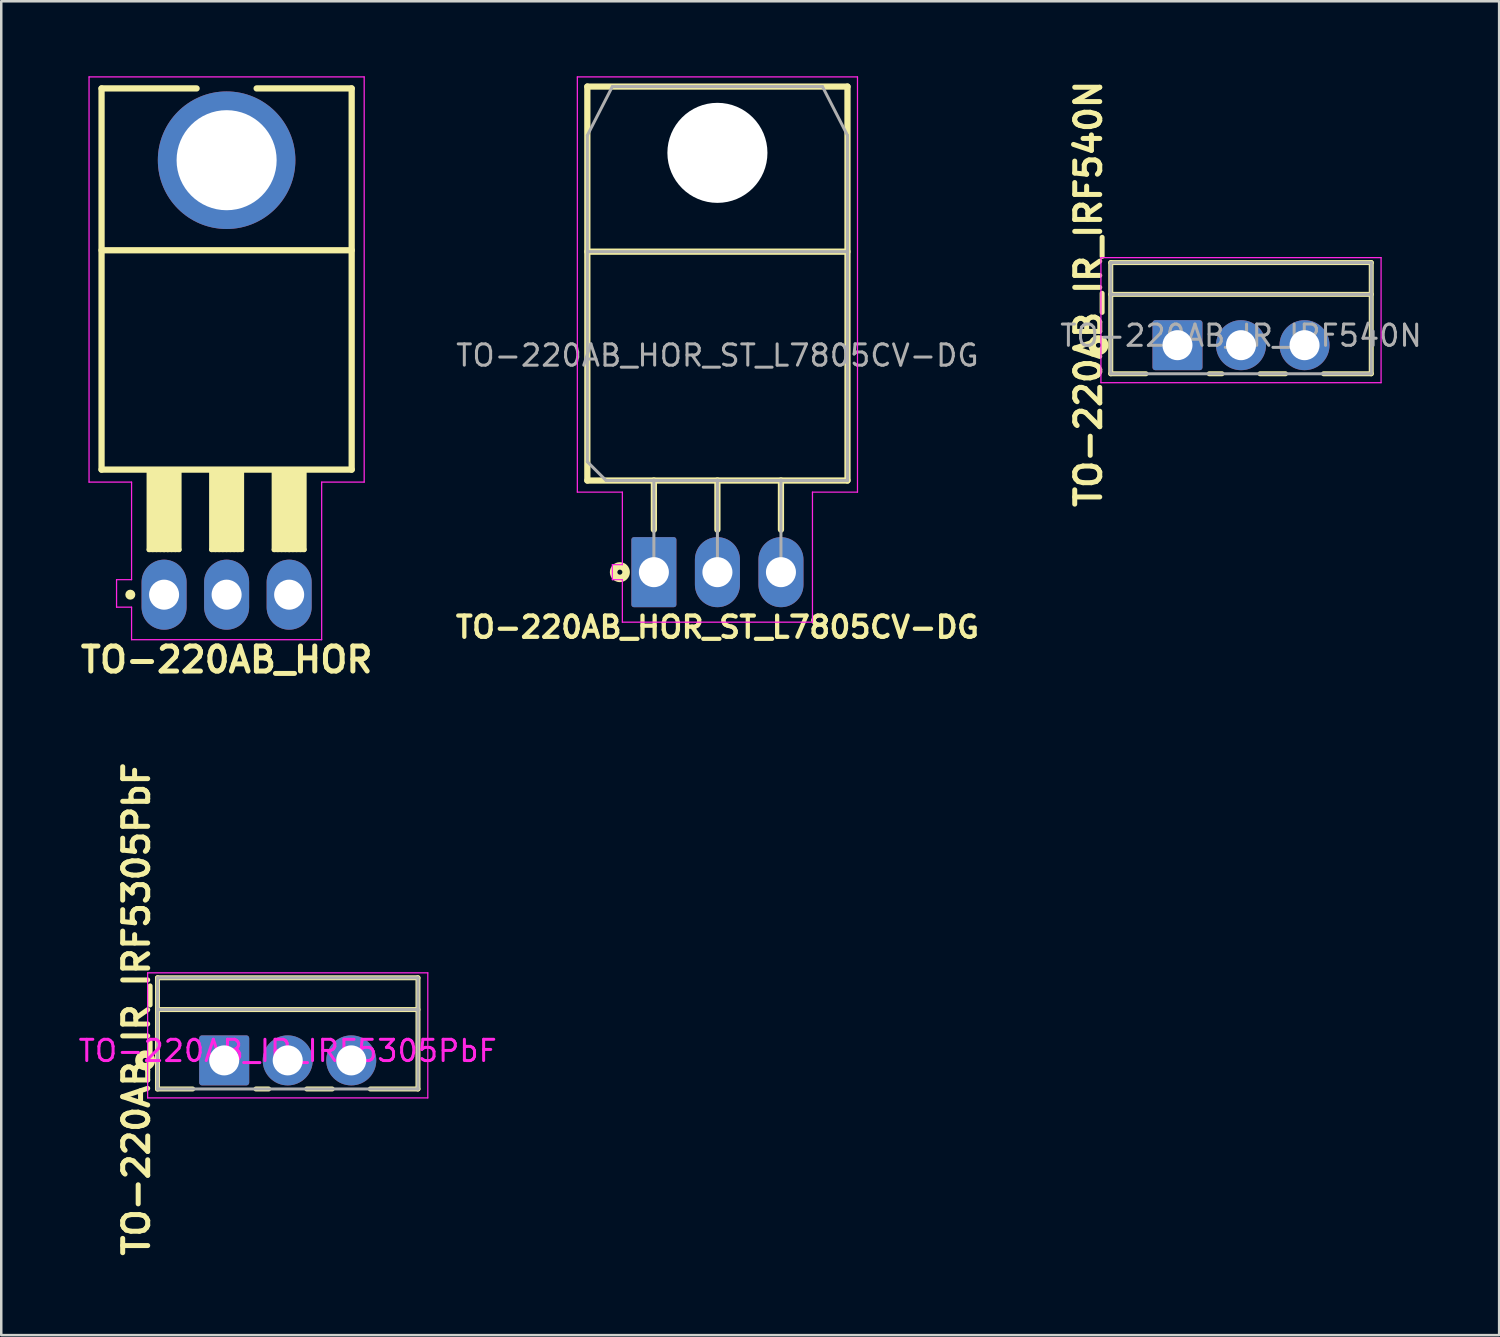
<source format=kicad_pcb>
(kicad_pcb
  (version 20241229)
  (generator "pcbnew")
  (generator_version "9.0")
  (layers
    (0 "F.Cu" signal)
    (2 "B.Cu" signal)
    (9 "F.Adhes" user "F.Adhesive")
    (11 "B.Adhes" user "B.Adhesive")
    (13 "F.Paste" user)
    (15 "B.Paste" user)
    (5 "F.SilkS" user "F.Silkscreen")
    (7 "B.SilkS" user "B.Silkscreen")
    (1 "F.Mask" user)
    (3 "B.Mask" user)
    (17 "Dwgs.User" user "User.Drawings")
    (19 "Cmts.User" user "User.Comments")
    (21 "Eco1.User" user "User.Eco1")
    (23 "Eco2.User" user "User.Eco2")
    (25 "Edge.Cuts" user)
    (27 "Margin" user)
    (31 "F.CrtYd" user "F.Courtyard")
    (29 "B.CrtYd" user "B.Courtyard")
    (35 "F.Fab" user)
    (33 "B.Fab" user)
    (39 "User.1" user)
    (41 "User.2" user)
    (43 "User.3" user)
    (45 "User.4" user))
  (footprint "TO-220AB_IR_IRF540N"
    (layer "F.Cu")
    (at 46.565 10.75)
    (property "Reference" "TO-220AB_IR_IRF540N" (at -6.1 -2.05 90) (layer "F.SilkS") (effects (font (size 1 1) (thickness 0.2))))
    (attr through_hole)
    (fp_line (start -5.207 -3.302) (end -5.207 1.143) (stroke (width 0.2) (type solid)) (layer "F.SilkS"))
    (fp_line (start -5.207 -3.302) (end 5.207 -3.302) (stroke (width 0.2) (type solid)) (layer "F.SilkS"))
    (fp_line (start -5.207 -2.032) (end 5.207 -2.032) (stroke (width 0.2) (type solid)) (layer "F.SilkS"))
    (fp_line (start -3.8 1.143) (end -5.207 1.143) (stroke (width 0.2) (type solid)) (layer "F.SilkS"))
    (fp_line (start -0.762 1.143) (end -1.27 1.143) (stroke (width 0.2) (type solid)) (layer "F.SilkS"))
    (fp_line (start 0.762 1.143) (end 1.778 1.143) (stroke (width 0.2) (type solid)) (layer "F.SilkS"))
    (fp_line (start 3.302 1.143) (end 5.207 1.143) (stroke (width 0.2) (type solid)) (layer "F.SilkS"))
    (fp_line (start 5.207 -3.302) (end 5.207 1.143) (stroke (width 0.2) (type solid)) (layer "F.SilkS"))
    (fp_circle (center -5.7 0) (end -5.6 0) (stroke (width 0.3) (type solid)) (fill no) (layer "F.SilkS"))
    (fp_line (start -5.6 -3.5) (end -5.6 1.5) (stroke (width 0.05) (type solid)) (layer "F.CrtYd"))
    (fp_line (start -5.6 1.5) (end 5.6 1.5) (stroke (width 0.05) (type solid)) (layer "F.CrtYd"))
    (fp_line (start -0.5 0) (end 0.5 0) (stroke (width 0.1) (type solid)) (layer "F.CrtYd"))
    (fp_line (start 0 -0.5) (end 0 0.5) (stroke (width 0.1) (type solid)) (layer "F.CrtYd"))
    (fp_line (start 5.6 -3.5) (end -5.6 -3.5) (stroke (width 0.05) (type solid)) (layer "F.CrtYd"))
    (fp_line (start 5.6 1.5) (end 5.6 -3.5) (stroke (width 0.05) (type solid)) (layer "F.CrtYd"))
    (fp_line (start -5.207 -3.302) (end 5.207 -3.302) (stroke (width 0.12) (type solid)) (layer "F.Fab"))
    (fp_line (start -5.207 -2.032) (end 5.207 -2.032) (stroke (width 0.12) (type solid)) (layer "F.Fab"))
    (fp_line (start -5.207 1.143) (end -5.207 -3.302) (stroke (width 0.12) (type solid)) (layer "F.Fab"))
    (fp_line (start 5.207 -3.302) (end 5.207 1.143) (stroke (width 0.12) (type solid)) (layer "F.Fab"))
    (fp_line (start 5.207 1.143) (end -5.207 1.143) (stroke (width 0.12) (type solid)) (layer "F.Fab"))
    (fp_text user "${REFERENCE}" (at 0 -0.381 0) (layer "F.Fab") (effects (font (size 0.85 0.85) (thickness 0.12))))
    (pad "1" thru_hole roundrect (at -2.54 0) (size 2 2) (drill 1.2) (layers "*.Cu" "*.Mask") (roundrect_rratio 0.056))
    (pad "2" thru_hole oval (at 0 0) (size 2 2) (drill 1.2) (layers "*.Cu" "*.Mask"))
    (pad "3" thru_hole oval (at 2.54 0) (size 2 2) (drill 1.2) (layers "*.Cu" "*.Mask")))
  (footprint "TO-220AB_HOR_ST_L7805CV-DG"
    (layer "F.Cu")
    (at 25.632 19.825)
    (property "Reference" "TO-220AB_HOR_ST_L7805CV-DG" (at 0 2.2 0) (layer "F.SilkS") (effects (font (size 0.85 0.85) (thickness 0.17))))
    (attr through_hole)
    (fp_line (start -5.2 -19.414) (end 5.2 -19.414) (stroke (width 0.25) (type solid)) (layer "F.SilkS"))
    (fp_line (start -5.2 -12.814) (end 5.2 -12.814) (stroke (width 0.25) (type solid)) (layer "F.SilkS"))
    (fp_line (start -5.2 -3.664) (end -5.2 -19.414) (stroke (width 0.25) (type solid)) (layer "F.SilkS"))
    (fp_line (start -5.2 -3.664) (end 5.2 -3.664) (stroke (width 0.25) (type solid)) (layer "F.SilkS"))
    (fp_line (start -2.54 -3.664) (end -2.54 -1.7) (stroke (width 0.25) (type solid)) (layer "F.SilkS"))
    (fp_line (start 0 -3.664) (end 0 -1.7) (stroke (width 0.25) (type solid)) (layer "F.SilkS"))
    (fp_line (start 2.54 -3.664) (end 2.54 -1.7) (stroke (width 0.25) (type solid)) (layer "F.SilkS"))
    (fp_line (start 5.2 -3.664) (end 5.2 -19.414) (stroke (width 0.25) (type solid)) (layer "F.SilkS"))
    (fp_circle (center -3.9 0) (end -3.8 0) (stroke (width 0.3) (type solid)) (fill no) (layer "F.SilkS"))
    (fp_line (start -5.6 -19.8) (end -5.6 -3.2) (stroke (width 0.05) (type solid)) (layer "F.CrtYd"))
    (fp_line (start -5.6 -3.2) (end -3.8 -3.2) (stroke (width 0.05) (type solid)) (layer "F.CrtYd"))
    (fp_line (start -4.2 -0.3) (end -4.2 0.3) (stroke (width 0.05) (type solid)) (layer "F.CrtYd"))
    (fp_line (start -4.2 -0.3) (end -3.8 -0.3) (stroke (width 0.05) (type solid)) (layer "F.CrtYd"))
    (fp_line (start -3.8 -3.2) (end -3.8 -0.3) (stroke (width 0.05) (type solid)) (layer "F.CrtYd"))
    (fp_line (start -3.8 0.3) (end -4.2 0.3) (stroke (width 0.05) (type solid)) (layer "F.CrtYd"))
    (fp_line (start -3.8 0.3) (end -3.8 2) (stroke (width 0.05) (type solid)) (layer "F.CrtYd"))
    (fp_line (start -3.8 2) (end 3.8 2) (stroke (width 0.05) (type solid)) (layer "F.CrtYd"))
    (fp_line (start 3.8 2) (end 3.8 -3.2) (stroke (width 0.05) (type solid)) (layer "F.CrtYd"))
    (fp_line (start 5.6 -19.8) (end -5.6 -19.8) (stroke (width 0.05) (type solid)) (layer "F.CrtYd"))
    (fp_line (start 5.6 -3.2) (end 3.8 -3.2) (stroke (width 0.05) (type solid)) (layer "F.CrtYd"))
    (fp_line (start 5.6 -3.2) (end 5.6 -19.8) (stroke (width 0.05) (type solid)) (layer "F.CrtYd"))
    (fp_line (start -5.2 -17.464) (end -4.2 -19.414) (stroke (width 0.12) (type solid)) (layer "F.Fab"))
    (fp_line (start -5.2 -4.414) (end -5.2 -17.464) (stroke (width 0.12) (type solid)) (layer "F.Fab"))
    (fp_line (start -5.2 -4.414) (end -4.45 -3.664) (stroke (width 0.12) (type solid)) (layer "F.Fab"))
    (fp_line (start -5.15 -12.814) (end 5.2 -12.814) (stroke (width 0.12) (type solid)) (layer "F.Fab"))
    (fp_line (start -4.2 -19.414) (end 4.2 -19.414) (stroke (width 0.12) (type solid)) (layer "F.Fab"))
    (fp_line (start -2.54 -3.683) (end -2.54 0) (stroke (width 0.12) (type solid)) (layer "F.Fab"))
    (fp_line (start 0 -3.683) (end 0 0) (stroke (width 0.12) (type solid)) (layer "F.Fab"))
    (fp_line (start 2.54 -3.683) (end 2.54 0) (stroke (width 0.12) (type solid)) (layer "F.Fab"))
    (fp_line (start 5.2 -17.464) (end 4.2 -19.414) (stroke (width 0.12) (type solid)) (layer "F.Fab"))
    (fp_line (start 5.2 -17.464) (end 5.2 -3.664) (stroke (width 0.12) (type solid)) (layer "F.Fab"))
    (fp_line (start 5.2 -3.664) (end -4.45 -3.664) (stroke (width 0.12) (type solid)) (layer "F.Fab"))
    (fp_circle (center 0 -16.764) (end 1.9 -16.764) (stroke (width 0.1) (type solid)) (fill no) (layer "F.Fab"))
    (fp_text user "${REFERENCE}" (at 0 -8.664 0) (layer "F.Fab") (effects (font (size 0.85 0.85) (thickness 0.12))))
    (pad "" np_thru_hole circle (at 0 -16.764) (size 4 4) (drill 4) (layers "*.Cu" "*.Mask"))
    (pad "1" thru_hole roundrect (at -2.54 0) (size 1.8 2.8) (drill 1.2) (layers "*.Cu" "*.Mask") (roundrect_rratio 0.056))
    (pad "2" thru_hole oval (at 0 0) (size 1.8 2.8) (drill 1.2) (layers "*.Cu" "*.Mask"))
    (pad "3" thru_hole oval (at 2.54 0) (size 1.8 2.8) (drill 1.2) (layers "*.Cu" "*.Mask")))
  (footprint "TO-220AB_HOR"
    (layer "F.Cu")
    (at 6.01 20.725)
    (property "Reference" "TO-220AB_HOR" (at 0 2.6 0) (layer "F.SilkS") (effects (font (size 1 1) (thickness 0.2))))
    (attr through_hole)
    (fp_line (start -5 -20.24) (end -1.2 -20.24) (stroke (width 0.25) (type solid)) (layer "F.SilkS"))
    (fp_line (start -5 -13.77) (end 5 -13.77) (stroke (width 0.25) (type solid)) (layer "F.SilkS"))
    (fp_line (start -5 -5) (end -5 -20.24) (stroke (width 0.25) (type solid)) (layer "F.SilkS"))
    (fp_line (start -5 -5) (end 5 -5) (stroke (width 0.25) (type solid)) (layer "F.SilkS"))
    (fp_line (start -3.1 -5) (end -3.1 -1.8) (stroke (width 0.2) (type solid)) (layer "F.SilkS"))
    (fp_line (start -3.1 -1.8) (end -1.9 -1.8) (stroke (width 0.2) (type solid)) (layer "F.SilkS"))
    (fp_line (start -2.95 -5) (end -2.95 -1.8) (stroke (width 0.2) (type solid)) (layer "F.SilkS"))
    (fp_line (start -2.8 -5) (end -2.8 -1.8) (stroke (width 0.2) (type solid)) (layer "F.SilkS"))
    (fp_line (start -2.65 -5) (end -2.65 -1.8) (stroke (width 0.2) (type solid)) (layer "F.SilkS"))
    (fp_line (start -2.5 -5) (end -2.5 -1.8) (stroke (width 0.2) (type solid)) (layer "F.SilkS"))
    (fp_line (start -2.5 -5) (end -2.5 -1.8) (stroke (width 0.2) (type solid)) (layer "F.SilkS"))
    (fp_line (start -2.35 -5) (end -2.35 -1.8) (stroke (width 0.2) (type solid)) (layer "F.SilkS"))
    (fp_line (start -2.35 -5) (end -2.35 -1.8) (stroke (width 0.2) (type solid)) (layer "F.SilkS"))
    (fp_line (start -2.2 -5) (end -2.2 -1.8) (stroke (width 0.2) (type solid)) (layer "F.SilkS"))
    (fp_line (start -2.05 -5) (end -2.05 -1.8) (stroke (width 0.2) (type solid)) (layer "F.SilkS"))
    (fp_line (start -1.9 -5) (end -1.9 -1.8) (stroke (width 0.2) (type solid)) (layer "F.SilkS"))
    (fp_line (start -0.6 -5) (end -0.6 -1.8) (stroke (width 0.2) (type solid)) (layer "F.SilkS"))
    (fp_line (start -0.6 -1.8) (end 0.6 -1.8) (stroke (width 0.2) (type solid)) (layer "F.SilkS"))
    (fp_line (start -0.45 -5) (end -0.45 -1.8) (stroke (width 0.2) (type solid)) (layer "F.SilkS"))
    (fp_line (start -0.3 -5) (end -0.3 -1.8) (stroke (width 0.2) (type solid)) (layer "F.SilkS"))
    (fp_line (start -0.15 -5) (end -0.15 -1.8) (stroke (width 0.2) (type solid)) (layer "F.SilkS"))
    (fp_line (start 0 -5) (end 0 -1.8) (stroke (width 0.2) (type solid)) (layer "F.SilkS"))
    (fp_line (start 0.15 -5) (end 0.15 -1.8) (stroke (width 0.2) (type solid)) (layer "F.SilkS"))
    (fp_line (start 0.3 -5) (end 0.3 -1.8) (stroke (width 0.2) (type solid)) (layer "F.SilkS"))
    (fp_line (start 0.45 -5) (end 0.45 -1.8) (stroke (width 0.2) (type solid)) (layer "F.SilkS"))
    (fp_line (start 0.6 -5) (end 0.6 -1.8) (stroke (width 0.2) (type solid)) (layer "F.SilkS"))
    (fp_line (start 1.9 -5) (end 1.9 -1.8) (stroke (width 0.2) (type solid)) (layer "F.SilkS"))
    (fp_line (start 1.9 -1.8) (end 3.1 -1.8) (stroke (width 0.2) (type solid)) (layer "F.SilkS"))
    (fp_line (start 2.05 -5) (end 2.05 -1.8) (stroke (width 0.2) (type solid)) (layer "F.SilkS"))
    (fp_line (start 2.2 -5) (end 2.2 -1.8) (stroke (width 0.2) (type solid)) (layer "F.SilkS"))
    (fp_line (start 2.35 -5) (end 2.35 -1.8) (stroke (width 0.2) (type solid)) (layer "F.SilkS"))
    (fp_line (start 2.5 -5) (end 2.5 -1.8) (stroke (width 0.2) (type solid)) (layer "F.SilkS"))
    (fp_line (start 2.5 -5) (end 2.5 -1.8) (stroke (width 0.2) (type solid)) (layer "F.SilkS"))
    (fp_line (start 2.65 -5) (end 2.65 -1.8) (stroke (width 0.2) (type solid)) (layer "F.SilkS"))
    (fp_line (start 2.8 -5) (end 2.8 -1.8) (stroke (width 0.2) (type solid)) (layer "F.SilkS"))
    (fp_line (start 2.95 -5) (end 2.95 -1.8) (stroke (width 0.2) (type solid)) (layer "F.SilkS"))
    (fp_line (start 3.1 -5) (end 3.1 -1.8) (stroke (width 0.2) (type solid)) (layer "F.SilkS"))
    (fp_line (start 5 -20.24) (end 1.2 -20.24) (stroke (width 0.25) (type solid)) (layer "F.SilkS"))
    (fp_line (start 5 -5) (end 5 -20.24) (stroke (width 0.25) (type solid)) (layer "F.SilkS"))
    (fp_circle (center -3.85 0) (end -3.85 0.1) (stroke (width 0.2) (type solid)) (fill no) (layer "F.SilkS"))
    (fp_line (start -5.5 -20.7) (end -5.5 -4.5) (stroke (width 0.05) (type solid)) (layer "F.CrtYd"))
    (fp_line (start -5.5 -4.5) (end -3.8 -4.5) (stroke (width 0.05) (type solid)) (layer "F.CrtYd"))
    (fp_line (start -4.4 -0.6) (end -4.4 0.5) (stroke (width 0.05) (type solid)) (layer "F.CrtYd"))
    (fp_line (start -4.4 -0.6) (end -3.8 -0.6) (stroke (width 0.05) (type solid)) (layer "F.CrtYd"))
    (fp_line (start -3.8 -4.5) (end -3.8 -0.6) (stroke (width 0.05) (type solid)) (layer "F.CrtYd"))
    (fp_line (start -3.8 0.5) (end -4.4 0.5) (stroke (width 0.05) (type solid)) (layer "F.CrtYd"))
    (fp_line (start -3.8 0.5) (end -3.8 1.8) (stroke (width 0.05) (type solid)) (layer "F.CrtYd"))
    (fp_line (start -3.8 1.8) (end 3.8 1.8) (stroke (width 0.05) (type solid)) (layer "F.CrtYd"))
    (fp_line (start 3.8 1.8) (end 3.8 -4.5) (stroke (width 0.05) (type solid)) (layer "F.CrtYd"))
    (fp_line (start 5.5 -20.7) (end -5.5 -20.7) (stroke (width 0.05) (type solid)) (layer "F.CrtYd"))
    (fp_line (start 5.5 -4.5) (end 3.8 -4.5) (stroke (width 0.05) (type solid)) (layer "F.CrtYd"))
    (fp_line (start 5.5 -4.5) (end 5.5 -20.7) (stroke (width 0.05) (type solid)) (layer "F.CrtYd"))
    (fp_circle (center 0 -17.37) (end 1.63 -17.37) (stroke (width 0.1) (type solid)) (fill no) (layer "F.Fab"))
    (pad "D" thru_hole circle (at 0 -17.37) (size 5.5 5.5) (drill 4) (layers "*.Cu" "*.Mask"))
    (pad "D" thru_hole oval (at 0 0) (size 1.8 2.8) (drill 1.2) (layers "*.Cu" "*.Mask"))
    (pad "G" thru_hole oval (at -2.5 0) (size 1.8 2.8) (drill 1.2) (layers "*.Cu" "*.Mask"))
    (pad "S" thru_hole oval (at 2.5 0) (size 1.8 2.8) (drill 1.2) (layers "*.Cu" "*.Mask")))
  (footprint "TO-220AB_IR_IRF5305PbF"
    (layer "F.Cu")
    (at 8.453 39.344)
    (property "Reference" "TO-220AB_IR_IRF5305PbF" (at -6.05 -2.05 90) (layer "F.SilkS") (effects (font (size 1 1) (thickness 0.2))))
    (attr through_hole)
    (fp_line (start -5.207 -3.302) (end -5.207 1.143) (stroke (width 0.2) (type solid)) (layer "F.SilkS"))
    (fp_line (start -5.207 -3.302) (end 5.207 -3.302) (stroke (width 0.2) (type solid)) (layer "F.SilkS"))
    (fp_line (start -5.207 -2.032) (end 5.207 -2.032) (stroke (width 0.2) (type solid)) (layer "F.SilkS"))
    (fp_line (start -3.8 1.143) (end -5.207 1.143) (stroke (width 0.2) (type solid)) (layer "F.SilkS"))
    (fp_line (start -0.762 1.143) (end -1.27 1.143) (stroke (width 0.2) (type solid)) (layer "F.SilkS"))
    (fp_line (start 0.762 1.143) (end 1.778 1.143) (stroke (width 0.2) (type solid)) (layer "F.SilkS"))
    (fp_line (start 3.302 1.143) (end 5.207 1.143) (stroke (width 0.2) (type solid)) (layer "F.SilkS"))
    (fp_line (start 5.207 -3.302) (end 5.207 1.143) (stroke (width 0.2) (type solid)) (layer "F.SilkS"))
    (fp_circle (center -5.7 0) (end -5.6 0) (stroke (width 0.3) (type solid)) (fill no) (layer "F.SilkS"))
    (fp_line (start -5.6 -3.5) (end -5.6 1.5) (stroke (width 0.05) (type solid)) (layer "F.CrtYd"))
    (fp_line (start -5.6 1.5) (end 5.6 1.5) (stroke (width 0.05) (type solid)) (layer "F.CrtYd"))
    (fp_line (start -0.5 0) (end 0.5 0) (stroke (width 0.1) (type solid)) (layer "F.CrtYd"))
    (fp_line (start 0 -0.5) (end 0 0.5) (stroke (width 0.1) (type solid)) (layer "F.CrtYd"))
    (fp_line (start 5.6 -3.5) (end -5.6 -3.5) (stroke (width 0.05) (type solid)) (layer "F.CrtYd"))
    (fp_line (start 5.6 1.5) (end 5.6 -3.5) (stroke (width 0.05) (type solid)) (layer "F.CrtYd"))
    (fp_line (start -5.207 -3.302) (end 5.207 -3.302) (stroke (width 0.12) (type solid)) (layer "F.Fab"))
    (fp_line (start -5.207 -2.032) (end 5.207 -2.032) (stroke (width 0.12) (type solid)) (layer "F.Fab"))
    (fp_line (start -5.207 1.143) (end -5.207 -3.302) (stroke (width 0.12) (type solid)) (layer "F.Fab"))
    (fp_line (start 5.207 -3.302) (end 5.207 1.143) (stroke (width 0.12) (type solid)) (layer "F.Fab"))
    (fp_line (start 5.207 1.143) (end -5.207 1.143) (stroke (width 0.12) (type solid)) (layer "F.Fab"))
    (fp_text user "${REFERENCE}" (at 0 -0.381 0) (layer "F.CrtYd") (effects (font (size 0.85 0.85) (thickness 0.12))))
    (pad "1" thru_hole roundrect (at -2.54 0) (size 2 2) (drill 1.2) (layers "*.Cu" "*.Mask") (roundrect_rratio 0.056))
    (pad "2" thru_hole oval (at 0 0) (size 2 2) (drill 1.2) (layers "*.Cu" "*.Mask"))
    (pad "3" thru_hole oval (at 2.54 0) (size 2 2) (drill 1.2) (layers "*.Cu" "*.Mask")))
  (gr_rect
    (start -3 -3)
    (end 56.885 50.328)
    (stroke (width 0.1) (type default))
    (fill no)
    (layer "Edge.Cuts")))
</source>
